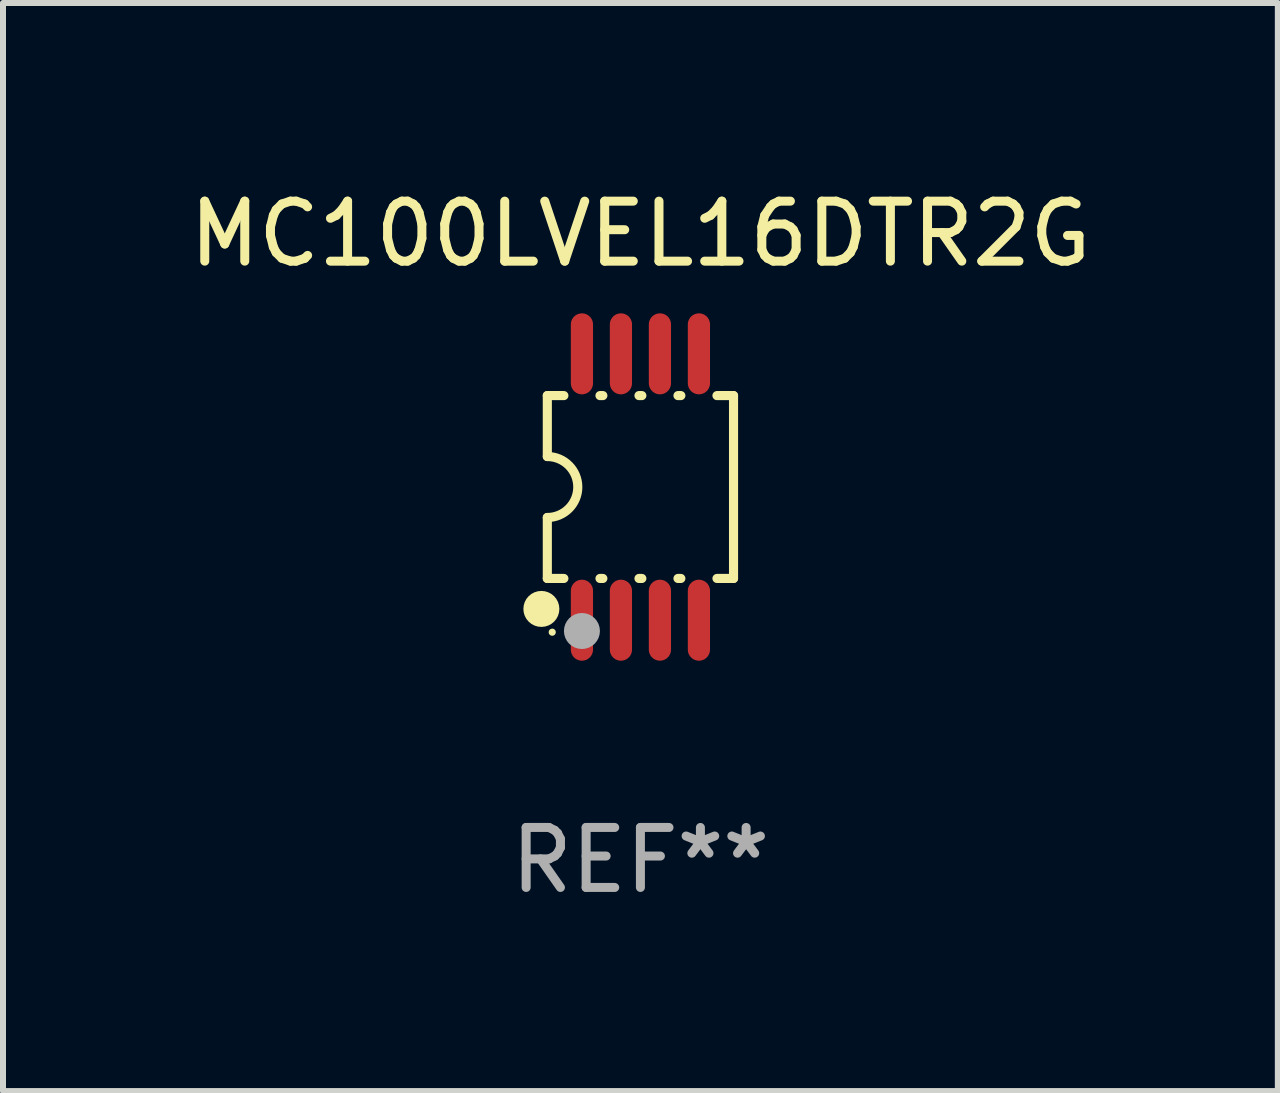
<source format=kicad_pcb>
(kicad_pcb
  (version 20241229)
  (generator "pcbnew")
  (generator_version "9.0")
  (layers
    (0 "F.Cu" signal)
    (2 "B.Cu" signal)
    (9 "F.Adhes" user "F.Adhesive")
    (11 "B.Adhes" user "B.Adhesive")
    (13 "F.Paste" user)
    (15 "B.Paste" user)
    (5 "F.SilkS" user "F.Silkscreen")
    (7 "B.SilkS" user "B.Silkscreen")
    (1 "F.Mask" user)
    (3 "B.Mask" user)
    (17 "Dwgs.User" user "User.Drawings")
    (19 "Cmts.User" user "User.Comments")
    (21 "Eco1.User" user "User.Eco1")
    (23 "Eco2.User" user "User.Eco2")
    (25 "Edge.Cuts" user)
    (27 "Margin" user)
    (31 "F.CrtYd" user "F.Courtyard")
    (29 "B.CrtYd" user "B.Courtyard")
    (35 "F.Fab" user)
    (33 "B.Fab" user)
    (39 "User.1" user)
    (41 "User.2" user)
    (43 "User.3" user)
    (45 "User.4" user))
  (footprint "MC100LVEL16DTR2G"
    (layer "F.Cu")
    (at 7.625 5.068)
    (property "Reference" "MC100LVEL16DTR2G" (at 0 -4.22 0) (layer "F.SilkS") (effects (font (size 1 1) (thickness 0.15))))
    (attr through_hole)
    (fp_line (start -1.552 -1.524) (end -1.276 -1.524) (stroke (width 0.152) (type solid)) (layer "F.SilkS"))
    (fp_line (start -1.552 -0.508) (end -1.552 -1.524) (stroke (width 0.152) (type solid)) (layer "F.SilkS"))
    (fp_line (start -1.552 1.524) (end -1.552 0.508) (stroke (width 0.152) (type solid)) (layer "F.SilkS"))
    (fp_line (start -1.552 1.524) (end -1.276 1.524) (stroke (width 0.152) (type solid)) (layer "F.SilkS"))
    (fp_line (start -0.674 -1.524) (end -0.626 -1.524) (stroke (width 0.152) (type solid)) (layer "F.SilkS"))
    (fp_line (start -0.674 1.524) (end -0.626 1.524) (stroke (width 0.152) (type solid)) (layer "F.SilkS"))
    (fp_line (start -0.024 -1.524) (end 0.024 -1.524) (stroke (width 0.152) (type solid)) (layer "F.SilkS"))
    (fp_line (start -0.024 1.524) (end 0.024 1.524) (stroke (width 0.152) (type solid)) (layer "F.SilkS"))
    (fp_line (start 0.626 -1.524) (end 0.674 -1.524) (stroke (width 0.152) (type solid)) (layer "F.SilkS"))
    (fp_line (start 0.626 1.524) (end 0.674 1.524) (stroke (width 0.152) (type solid)) (layer "F.SilkS"))
    (fp_line (start 1.276 1.524) (end 1.552 1.524) (stroke (width 0.152) (type solid)) (layer "F.SilkS"))
    (fp_line (start 1.276 -1.524) (end 1.552 -1.524) (stroke (width 0.152) (type solid)) (layer "F.SilkS"))
    (fp_line (start 1.552 -1.524) (end 1.552 1.524) (stroke (width 0.152) (type solid)) (layer "F.SilkS"))
    (fp_arc (start -1.551943 -0.508001) (mid -1.043942 0) (end -1.551943 0.508001) (stroke (width 0.151994) (type solid)) (layer "F.SilkS"))
    (fp_circle (center -1.651 2.032) (end -1.501 2.032) (stroke (width 0.3) (type solid)) (fill no) (layer "F.SilkS"))
    (fp_circle (center -1.47 2.42) (end -1.44 2.42) (stroke (width 0.06) (type solid)) (fill no) (layer "F.SilkS"))
    (fp_circle (center -0.975 2.4) (end -0.825 2.4) (stroke (width 0.3) (type solid)) (fill no) (layer "F.Fab"))
    (fp_text user "REF**" (at 0 6.22 0) (layer "F.Fab") (effects (font (size 1 1) (thickness 0.15))))
    (pad "1" smd oval (at -0.975 2.22) (size 0.37 1.35) (layers "F.Cu" "F.Mask" "F.Paste"))
    (pad "2" smd oval (at -0.325 2.22) (size 0.37 1.35) (layers "F.Cu" "F.Mask" "F.Paste"))
    (pad "3" smd oval (at 0.325 2.22) (size 0.37 1.35) (layers "F.Cu" "F.Mask" "F.Paste"))
    (pad "4" smd oval (at 0.975 2.22) (size 0.37 1.35) (layers "F.Cu" "F.Mask" "F.Paste"))
    (pad "5" smd oval (at 0.975 -2.22) (size 0.37 1.35) (layers "F.Cu" "F.Mask" "F.Paste"))
    (pad "6" smd oval (at 0.325 -2.22) (size 0.37 1.35) (layers "F.Cu" "F.Mask" "F.Paste"))
    (pad "7" smd oval (at -0.325 -2.22) (size 0.37 1.35) (layers "F.Cu" "F.Mask" "F.Paste"))
    (pad "8" smd oval (at -0.975 -2.22) (size 0.37 1.35) (layers "F.Cu" "F.Mask" "F.Paste")))
  (gr_rect
    (start -3 -3)
    (end 18.25 15.137)
    (stroke (width 0.1) (type default))
    (fill no)
    (layer "Edge.Cuts")))
</source>
